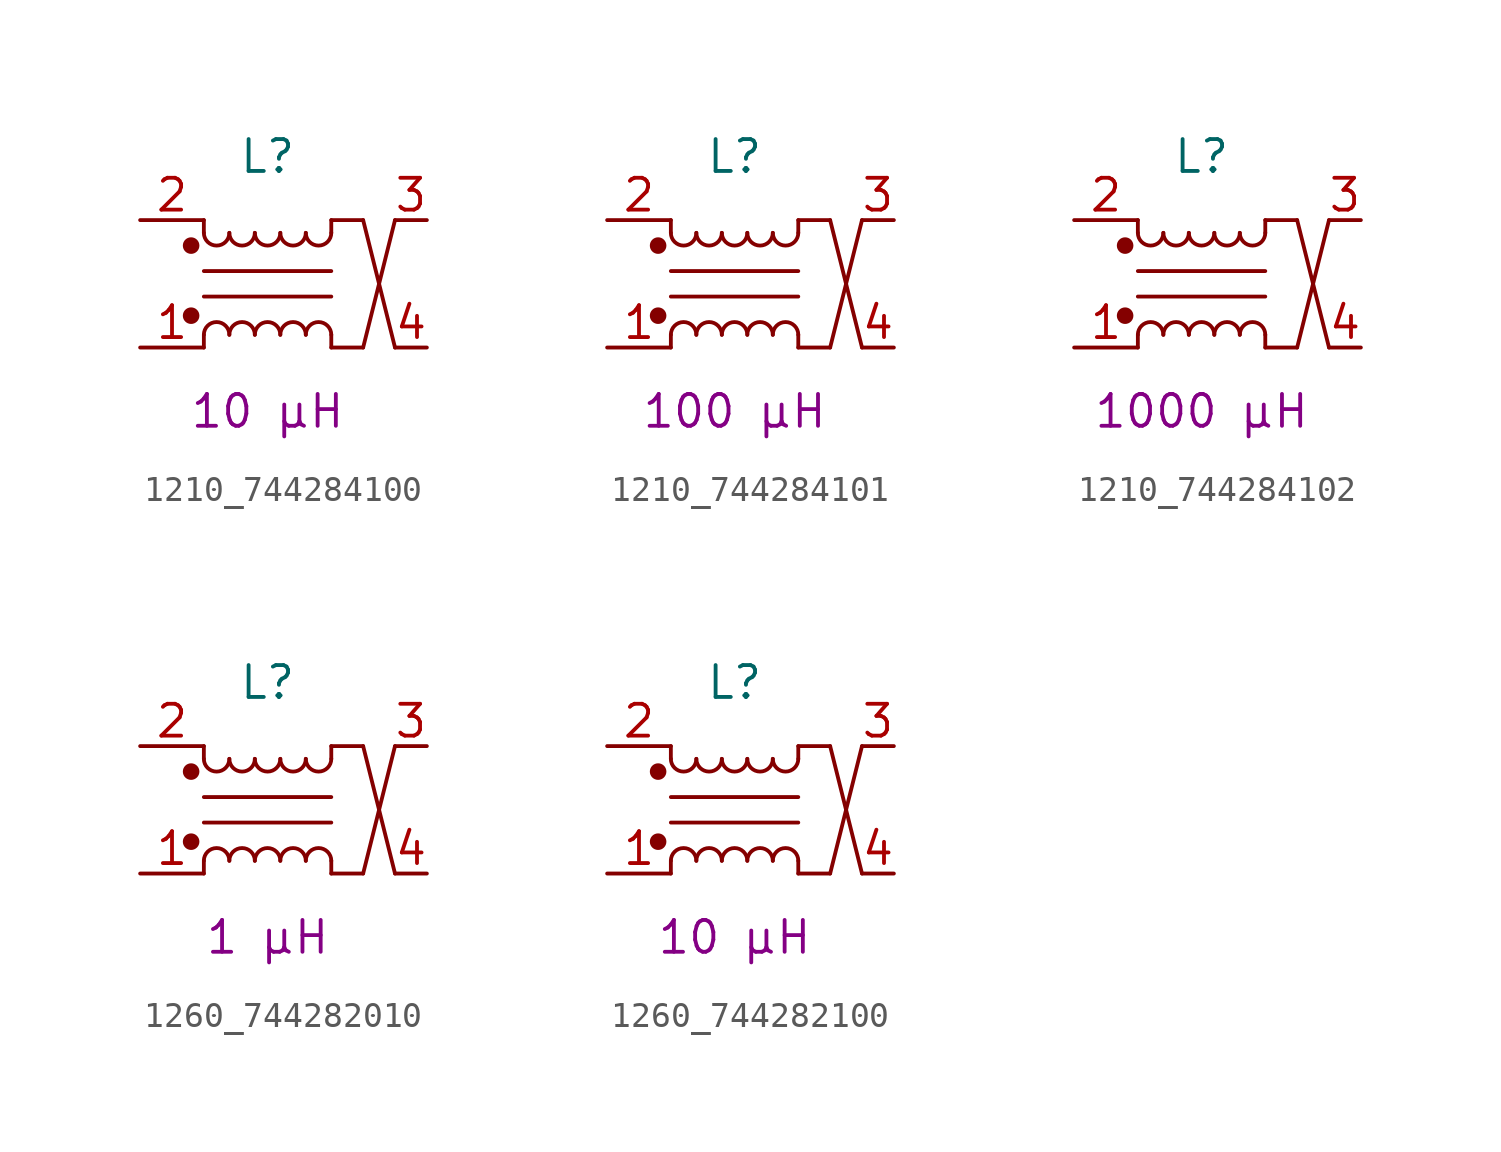
<source format=kicad_sym>
(kicad_symbol_lib
  (version 20220914)
  (generator kicad_symbol_editor)
  (symbol "1210_744284100"
    (pin_names hide)
    (property "Reference" "L"
      (at 0 5.08 0)
      (effects (font (size 1.27 1.27))))
    (property "Critical Parameter" "10 µH"
      (at 0 -5.08 0)
      (effects (font (size 1.27 1.27))))
    (symbol "1210_744284100_0_1"
      (circle (center -3.048 -1.27) (radius 0.254) (stroke (width 0) (type default)) (fill (type outline)))
      (circle (center -3.048 1.524) (radius 0.254) (stroke (width 0) (type default)) (fill (type outline)))
      (arc (start -2.54 2.032) (mid -2.032 1.5262) (end -1.524 2.032) (stroke (width 0) (type default)) (fill (type none)))
      (arc (start -1.524 -2.032) (mid -2.032 -1.5262) (end -2.54 -2.032) (stroke (width 0) (type default)) (fill (type none)))
      (arc (start -1.524 2.032) (mid -1.016 1.5262) (end -0.508 2.032) (stroke (width 0) (type default)) (fill (type none)))
      (arc (start -0.508 -2.032) (mid -1.016 -1.5262) (end -1.524 -2.032) (stroke (width 0) (type default)) (fill (type none)))
      (arc (start -0.508 2.032) (mid 0 1.5262) (end 0.508 2.032) (stroke (width 0) (type default)) (fill (type none)))
      (polyline (pts (xy -2.54 -2.032) (xy -2.54 -2.54)) (stroke (width 0) (type default)) (fill (type none)))
      (polyline (pts (xy -2.54 0.508) (xy 2.54 0.508)) (stroke (width 0) (type default)) (fill (type none)))
      (polyline (pts (xy -2.54 2.032) (xy -2.54 2.54)) (stroke (width 0) (type default)) (fill (type none)))
      (polyline (pts (xy 2.54 -2.54) (xy 3.81 -2.54)) (stroke (width 0) (type default)) (fill (type none)))
      (polyline (pts (xy 2.54 -2.032) (xy 2.54 -2.54)) (stroke (width 0) (type default)) (fill (type none)))
      (polyline (pts (xy 2.54 -0.508) (xy -2.54 -0.508)) (stroke (width 0) (type default)) (fill (type none)))
      (polyline (pts (xy 2.54 2.54) (xy 2.54 2.032)) (stroke (width 0) (type default)) (fill (type none)))
      (polyline (pts (xy 2.54 2.54) (xy 3.81 2.54)) (stroke (width 0) (type default)) (fill (type none)))
      (polyline (pts (xy 3.81 -2.54) (xy 5.08 2.54)) (stroke (width 0) (type default)) (fill (type none)))
      (polyline (pts (xy 3.81 2.54) (xy 5.08 -2.54)) (stroke (width 0) (type default)) (fill (type none)))
      (arc (start 0.508 -2.032) (mid 0 -1.5262) (end -0.508 -2.032) (stroke (width 0) (type default)) (fill (type none)))
      (arc (start 0.508 2.032) (mid 1.016 1.5262) (end 1.524 2.032) (stroke (width 0) (type default)) (fill (type none)))
      (arc (start 1.524 -2.032) (mid 1.016 -1.5262) (end 0.508 -2.032) (stroke (width 0) (type default)) (fill (type none)))
      (arc (start 1.524 2.032) (mid 2.032 1.5262) (end 2.54 2.032) (stroke (width 0) (type default)) (fill (type none)))
      (arc (start 2.54 -2.032) (mid 2.032 -1.5262) (end 1.524 -2.032) (stroke (width 0) (type default)) (fill (type none))))
    (symbol "1210_744284100_1_1"
      (pin passive line (at -5.08 -2.54 0) (length 2.54) (name "1" (effects (font (size 1.27 1.27)))) (number "1" (effects (font (size 1.27 1.27)))))
      (pin passive line (at -5.08 2.54 0) (length 2.54) (name "2" (effects (font (size 1.27 1.27)))) (number "2" (effects (font (size 1.27 1.27)))))
      (pin passive line (at 6.35 2.54 180) (length 1.27) (name "3" (effects (font (size 1.27 1.27)))) (number "3" (effects (font (size 1.27 1.27)))))
      (pin passive line (at 6.35 -2.54 180) (length 1.27) (name "4" (effects (font (size 1.27 1.27)))) (number "4" (effects (font (size 1.27 1.27)))))))
  (symbol "1210_744284101"
    (pin_names hide)
    (property "Reference" "L"
      (at 0 5.08 0)
      (effects (font (size 1.27 1.27))))
    (property "Critical Parameter" "100 µH"
      (at 0 -5.08 0)
      (effects (font (size 1.27 1.27))))
    (symbol "1210_744284101_0_1"
      (circle (center -3.048 -1.27) (radius 0.254) (stroke (width 0) (type default)) (fill (type outline)))
      (circle (center -3.048 1.524) (radius 0.254) (stroke (width 0) (type default)) (fill (type outline)))
      (arc (start -2.54 2.032) (mid -2.032 1.5262) (end -1.524 2.032) (stroke (width 0) (type default)) (fill (type none)))
      (arc (start -1.524 -2.032) (mid -2.032 -1.5262) (end -2.54 -2.032) (stroke (width 0) (type default)) (fill (type none)))
      (arc (start -1.524 2.032) (mid -1.016 1.5262) (end -0.508 2.032) (stroke (width 0) (type default)) (fill (type none)))
      (arc (start -0.508 -2.032) (mid -1.016 -1.5262) (end -1.524 -2.032) (stroke (width 0) (type default)) (fill (type none)))
      (arc (start -0.508 2.032) (mid 0 1.5262) (end 0.508 2.032) (stroke (width 0) (type default)) (fill (type none)))
      (polyline (pts (xy -2.54 -2.032) (xy -2.54 -2.54)) (stroke (width 0) (type default)) (fill (type none)))
      (polyline (pts (xy -2.54 0.508) (xy 2.54 0.508)) (stroke (width 0) (type default)) (fill (type none)))
      (polyline (pts (xy -2.54 2.032) (xy -2.54 2.54)) (stroke (width 0) (type default)) (fill (type none)))
      (polyline (pts (xy 2.54 -2.54) (xy 3.81 -2.54)) (stroke (width 0) (type default)) (fill (type none)))
      (polyline (pts (xy 2.54 -2.032) (xy 2.54 -2.54)) (stroke (width 0) (type default)) (fill (type none)))
      (polyline (pts (xy 2.54 -0.508) (xy -2.54 -0.508)) (stroke (width 0) (type default)) (fill (type none)))
      (polyline (pts (xy 2.54 2.54) (xy 2.54 2.032)) (stroke (width 0) (type default)) (fill (type none)))
      (polyline (pts (xy 2.54 2.54) (xy 3.81 2.54)) (stroke (width 0) (type default)) (fill (type none)))
      (polyline (pts (xy 3.81 -2.54) (xy 5.08 2.54)) (stroke (width 0) (type default)) (fill (type none)))
      (polyline (pts (xy 3.81 2.54) (xy 5.08 -2.54)) (stroke (width 0) (type default)) (fill (type none)))
      (arc (start 0.508 -2.032) (mid 0 -1.5262) (end -0.508 -2.032) (stroke (width 0) (type default)) (fill (type none)))
      (arc (start 0.508 2.032) (mid 1.016 1.5262) (end 1.524 2.032) (stroke (width 0) (type default)) (fill (type none)))
      (arc (start 1.524 -2.032) (mid 1.016 -1.5262) (end 0.508 -2.032) (stroke (width 0) (type default)) (fill (type none)))
      (arc (start 1.524 2.032) (mid 2.032 1.5262) (end 2.54 2.032) (stroke (width 0) (type default)) (fill (type none)))
      (arc (start 2.54 -2.032) (mid 2.032 -1.5262) (end 1.524 -2.032) (stroke (width 0) (type default)) (fill (type none))))
    (symbol "1210_744284101_1_1"
      (pin passive line (at -5.08 -2.54 0) (length 2.54) (name "1" (effects (font (size 1.27 1.27)))) (number "1" (effects (font (size 1.27 1.27)))))
      (pin passive line (at -5.08 2.54 0) (length 2.54) (name "2" (effects (font (size 1.27 1.27)))) (number "2" (effects (font (size 1.27 1.27)))))
      (pin passive line (at 6.35 2.54 180) (length 1.27) (name "3" (effects (font (size 1.27 1.27)))) (number "3" (effects (font (size 1.27 1.27)))))
      (pin passive line (at 6.35 -2.54 180) (length 1.27) (name "4" (effects (font (size 1.27 1.27)))) (number "4" (effects (font (size 1.27 1.27)))))))
  (symbol "1210_744284102"
    (pin_names hide)
    (property "Reference" "L"
      (at 0 5.08 0)
      (effects (font (size 1.27 1.27))))
    (property "Critical Parameter" "1000 µH"
      (at 0 -5.08 0)
      (effects (font (size 1.27 1.27))))
    (symbol "1210_744284102_0_1"
      (circle (center -3.048 -1.27) (radius 0.254) (stroke (width 0) (type default)) (fill (type outline)))
      (circle (center -3.048 1.524) (radius 0.254) (stroke (width 0) (type default)) (fill (type outline)))
      (arc (start -2.54 2.032) (mid -2.032 1.5262) (end -1.524 2.032) (stroke (width 0) (type default)) (fill (type none)))
      (arc (start -1.524 -2.032) (mid -2.032 -1.5262) (end -2.54 -2.032) (stroke (width 0) (type default)) (fill (type none)))
      (arc (start -1.524 2.032) (mid -1.016 1.5262) (end -0.508 2.032) (stroke (width 0) (type default)) (fill (type none)))
      (arc (start -0.508 -2.032) (mid -1.016 -1.5262) (end -1.524 -2.032) (stroke (width 0) (type default)) (fill (type none)))
      (arc (start -0.508 2.032) (mid 0 1.5262) (end 0.508 2.032) (stroke (width 0) (type default)) (fill (type none)))
      (polyline (pts (xy -2.54 -2.032) (xy -2.54 -2.54)) (stroke (width 0) (type default)) (fill (type none)))
      (polyline (pts (xy -2.54 0.508) (xy 2.54 0.508)) (stroke (width 0) (type default)) (fill (type none)))
      (polyline (pts (xy -2.54 2.032) (xy -2.54 2.54)) (stroke (width 0) (type default)) (fill (type none)))
      (polyline (pts (xy 2.54 -2.54) (xy 3.81 -2.54)) (stroke (width 0) (type default)) (fill (type none)))
      (polyline (pts (xy 2.54 -2.032) (xy 2.54 -2.54)) (stroke (width 0) (type default)) (fill (type none)))
      (polyline (pts (xy 2.54 -0.508) (xy -2.54 -0.508)) (stroke (width 0) (type default)) (fill (type none)))
      (polyline (pts (xy 2.54 2.54) (xy 2.54 2.032)) (stroke (width 0) (type default)) (fill (type none)))
      (polyline (pts (xy 2.54 2.54) (xy 3.81 2.54)) (stroke (width 0) (type default)) (fill (type none)))
      (polyline (pts (xy 3.81 -2.54) (xy 5.08 2.54)) (stroke (width 0) (type default)) (fill (type none)))
      (polyline (pts (xy 3.81 2.54) (xy 5.08 -2.54)) (stroke (width 0) (type default)) (fill (type none)))
      (arc (start 0.508 -2.032) (mid 0 -1.5262) (end -0.508 -2.032) (stroke (width 0) (type default)) (fill (type none)))
      (arc (start 0.508 2.032) (mid 1.016 1.5262) (end 1.524 2.032) (stroke (width 0) (type default)) (fill (type none)))
      (arc (start 1.524 -2.032) (mid 1.016 -1.5262) (end 0.508 -2.032) (stroke (width 0) (type default)) (fill (type none)))
      (arc (start 1.524 2.032) (mid 2.032 1.5262) (end 2.54 2.032) (stroke (width 0) (type default)) (fill (type none)))
      (arc (start 2.54 -2.032) (mid 2.032 -1.5262) (end 1.524 -2.032) (stroke (width 0) (type default)) (fill (type none))))
    (symbol "1210_744284102_1_1"
      (pin passive line (at -5.08 -2.54 0) (length 2.54) (name "1" (effects (font (size 1.27 1.27)))) (number "1" (effects (font (size 1.27 1.27)))))
      (pin passive line (at -5.08 2.54 0) (length 2.54) (name "2" (effects (font (size 1.27 1.27)))) (number "2" (effects (font (size 1.27 1.27)))))
      (pin passive line (at 6.35 2.54 180) (length 1.27) (name "3" (effects (font (size 1.27 1.27)))) (number "3" (effects (font (size 1.27 1.27)))))
      (pin passive line (at 6.35 -2.54 180) (length 1.27) (name "4" (effects (font (size 1.27 1.27)))) (number "4" (effects (font (size 1.27 1.27)))))))
  (symbol "1260_744282010"
    (pin_names hide)
    (property "Reference" "L"
      (at 0 5.08 0)
      (effects (font (size 1.27 1.27))))
    (property "Critical Parameter" "1 µH"
      (at 0 -5.08 0)
      (effects (font (size 1.27 1.27))))
    (symbol "1260_744282010_0_1"
      (circle (center -3.048 -1.27) (radius 0.254) (stroke (width 0) (type default)) (fill (type outline)))
      (circle (center -3.048 1.524) (radius 0.254) (stroke (width 0) (type default)) (fill (type outline)))
      (arc (start -2.54 2.032) (mid -2.032 1.5262) (end -1.524 2.032) (stroke (width 0) (type default)) (fill (type none)))
      (arc (start -1.524 -2.032) (mid -2.032 -1.5262) (end -2.54 -2.032) (stroke (width 0) (type default)) (fill (type none)))
      (arc (start -1.524 2.032) (mid -1.016 1.5262) (end -0.508 2.032) (stroke (width 0) (type default)) (fill (type none)))
      (arc (start -0.508 -2.032) (mid -1.016 -1.5262) (end -1.524 -2.032) (stroke (width 0) (type default)) (fill (type none)))
      (arc (start -0.508 2.032) (mid 0 1.5262) (end 0.508 2.032) (stroke (width 0) (type default)) (fill (type none)))
      (polyline (pts (xy -2.54 -2.032) (xy -2.54 -2.54)) (stroke (width 0) (type default)) (fill (type none)))
      (polyline (pts (xy -2.54 0.508) (xy 2.54 0.508)) (stroke (width 0) (type default)) (fill (type none)))
      (polyline (pts (xy -2.54 2.032) (xy -2.54 2.54)) (stroke (width 0) (type default)) (fill (type none)))
      (polyline (pts (xy 2.54 -2.54) (xy 3.81 -2.54)) (stroke (width 0) (type default)) (fill (type none)))
      (polyline (pts (xy 2.54 -2.032) (xy 2.54 -2.54)) (stroke (width 0) (type default)) (fill (type none)))
      (polyline (pts (xy 2.54 -0.508) (xy -2.54 -0.508)) (stroke (width 0) (type default)) (fill (type none)))
      (polyline (pts (xy 2.54 2.54) (xy 2.54 2.032)) (stroke (width 0) (type default)) (fill (type none)))
      (polyline (pts (xy 2.54 2.54) (xy 3.81 2.54)) (stroke (width 0) (type default)) (fill (type none)))
      (polyline (pts (xy 3.81 -2.54) (xy 5.08 2.54)) (stroke (width 0) (type default)) (fill (type none)))
      (polyline (pts (xy 3.81 2.54) (xy 5.08 -2.54)) (stroke (width 0) (type default)) (fill (type none)))
      (arc (start 0.508 -2.032) (mid 0 -1.5262) (end -0.508 -2.032) (stroke (width 0) (type default)) (fill (type none)))
      (arc (start 0.508 2.032) (mid 1.016 1.5262) (end 1.524 2.032) (stroke (width 0) (type default)) (fill (type none)))
      (arc (start 1.524 -2.032) (mid 1.016 -1.5262) (end 0.508 -2.032) (stroke (width 0) (type default)) (fill (type none)))
      (arc (start 1.524 2.032) (mid 2.032 1.5262) (end 2.54 2.032) (stroke (width 0) (type default)) (fill (type none)))
      (arc (start 2.54 -2.032) (mid 2.032 -1.5262) (end 1.524 -2.032) (stroke (width 0) (type default)) (fill (type none))))
    (symbol "1260_744282010_1_1"
      (pin passive line (at -5.08 -2.54 0) (length 2.54) (name "1" (effects (font (size 1.27 1.27)))) (number "1" (effects (font (size 1.27 1.27)))))
      (pin passive line (at -5.08 2.54 0) (length 2.54) (name "2" (effects (font (size 1.27 1.27)))) (number "2" (effects (font (size 1.27 1.27)))))
      (pin passive line (at 6.35 2.54 180) (length 1.27) (name "3" (effects (font (size 1.27 1.27)))) (number "3" (effects (font (size 1.27 1.27)))))
      (pin passive line (at 6.35 -2.54 180) (length 1.27) (name "4" (effects (font (size 1.27 1.27)))) (number "4" (effects (font (size 1.27 1.27)))))))
  (symbol "1260_744282100"
    (pin_names hide)
    (property "Reference" "L"
      (at 0 5.08 0)
      (effects (font (size 1.27 1.27))))
    (property "Critical Parameter" "10 µH"
      (at 0 -5.08 0)
      (effects (font (size 1.27 1.27))))
    (symbol "1260_744282100_0_1"
      (circle (center -3.048 -1.27) (radius 0.254) (stroke (width 0) (type default)) (fill (type outline)))
      (circle (center -3.048 1.524) (radius 0.254) (stroke (width 0) (type default)) (fill (type outline)))
      (arc (start -2.54 2.032) (mid -2.032 1.5262) (end -1.524 2.032) (stroke (width 0) (type default)) (fill (type none)))
      (arc (start -1.524 -2.032) (mid -2.032 -1.5262) (end -2.54 -2.032) (stroke (width 0) (type default)) (fill (type none)))
      (arc (start -1.524 2.032) (mid -1.016 1.5262) (end -0.508 2.032) (stroke (width 0) (type default)) (fill (type none)))
      (arc (start -0.508 -2.032) (mid -1.016 -1.5262) (end -1.524 -2.032) (stroke (width 0) (type default)) (fill (type none)))
      (arc (start -0.508 2.032) (mid 0 1.5262) (end 0.508 2.032) (stroke (width 0) (type default)) (fill (type none)))
      (polyline (pts (xy -2.54 -2.032) (xy -2.54 -2.54)) (stroke (width 0) (type default)) (fill (type none)))
      (polyline (pts (xy -2.54 0.508) (xy 2.54 0.508)) (stroke (width 0) (type default)) (fill (type none)))
      (polyline (pts (xy -2.54 2.032) (xy -2.54 2.54)) (stroke (width 0) (type default)) (fill (type none)))
      (polyline (pts (xy 2.54 -2.54) (xy 3.81 -2.54)) (stroke (width 0) (type default)) (fill (type none)))
      (polyline (pts (xy 2.54 -2.032) (xy 2.54 -2.54)) (stroke (width 0) (type default)) (fill (type none)))
      (polyline (pts (xy 2.54 -0.508) (xy -2.54 -0.508)) (stroke (width 0) (type default)) (fill (type none)))
      (polyline (pts (xy 2.54 2.54) (xy 2.54 2.032)) (stroke (width 0) (type default)) (fill (type none)))
      (polyline (pts (xy 2.54 2.54) (xy 3.81 2.54)) (stroke (width 0) (type default)) (fill (type none)))
      (polyline (pts (xy 3.81 -2.54) (xy 5.08 2.54)) (stroke (width 0) (type default)) (fill (type none)))
      (polyline (pts (xy 3.81 2.54) (xy 5.08 -2.54)) (stroke (width 0) (type default)) (fill (type none)))
      (arc (start 0.508 -2.032) (mid 0 -1.5262) (end -0.508 -2.032) (stroke (width 0) (type default)) (fill (type none)))
      (arc (start 0.508 2.032) (mid 1.016 1.5262) (end 1.524 2.032) (stroke (width 0) (type default)) (fill (type none)))
      (arc (start 1.524 -2.032) (mid 1.016 -1.5262) (end 0.508 -2.032) (stroke (width 0) (type default)) (fill (type none)))
      (arc (start 1.524 2.032) (mid 2.032 1.5262) (end 2.54 2.032) (stroke (width 0) (type default)) (fill (type none)))
      (arc (start 2.54 -2.032) (mid 2.032 -1.5262) (end 1.524 -2.032) (stroke (width 0) (type default)) (fill (type none))))
    (symbol "1260_744282100_1_1"
      (pin passive line (at -5.08 -2.54 0) (length 2.54) (name "1" (effects (font (size 1.27 1.27)))) (number "1" (effects (font (size 1.27 1.27)))))
      (pin passive line (at -5.08 2.54 0) (length 2.54) (name "2" (effects (font (size 1.27 1.27)))) (number "2" (effects (font (size 1.27 1.27)))))
      (pin passive line (at 6.35 2.54 180) (length 1.27) (name "3" (effects (font (size 1.27 1.27)))) (number "3" (effects (font (size 1.27 1.27)))))
      (pin passive line (at 6.35 -2.54 180) (length 1.27) (name "4" (effects (font (size 1.27 1.27)))) (number "4" (effects (font (size 1.27 1.27))))))))
</source>
